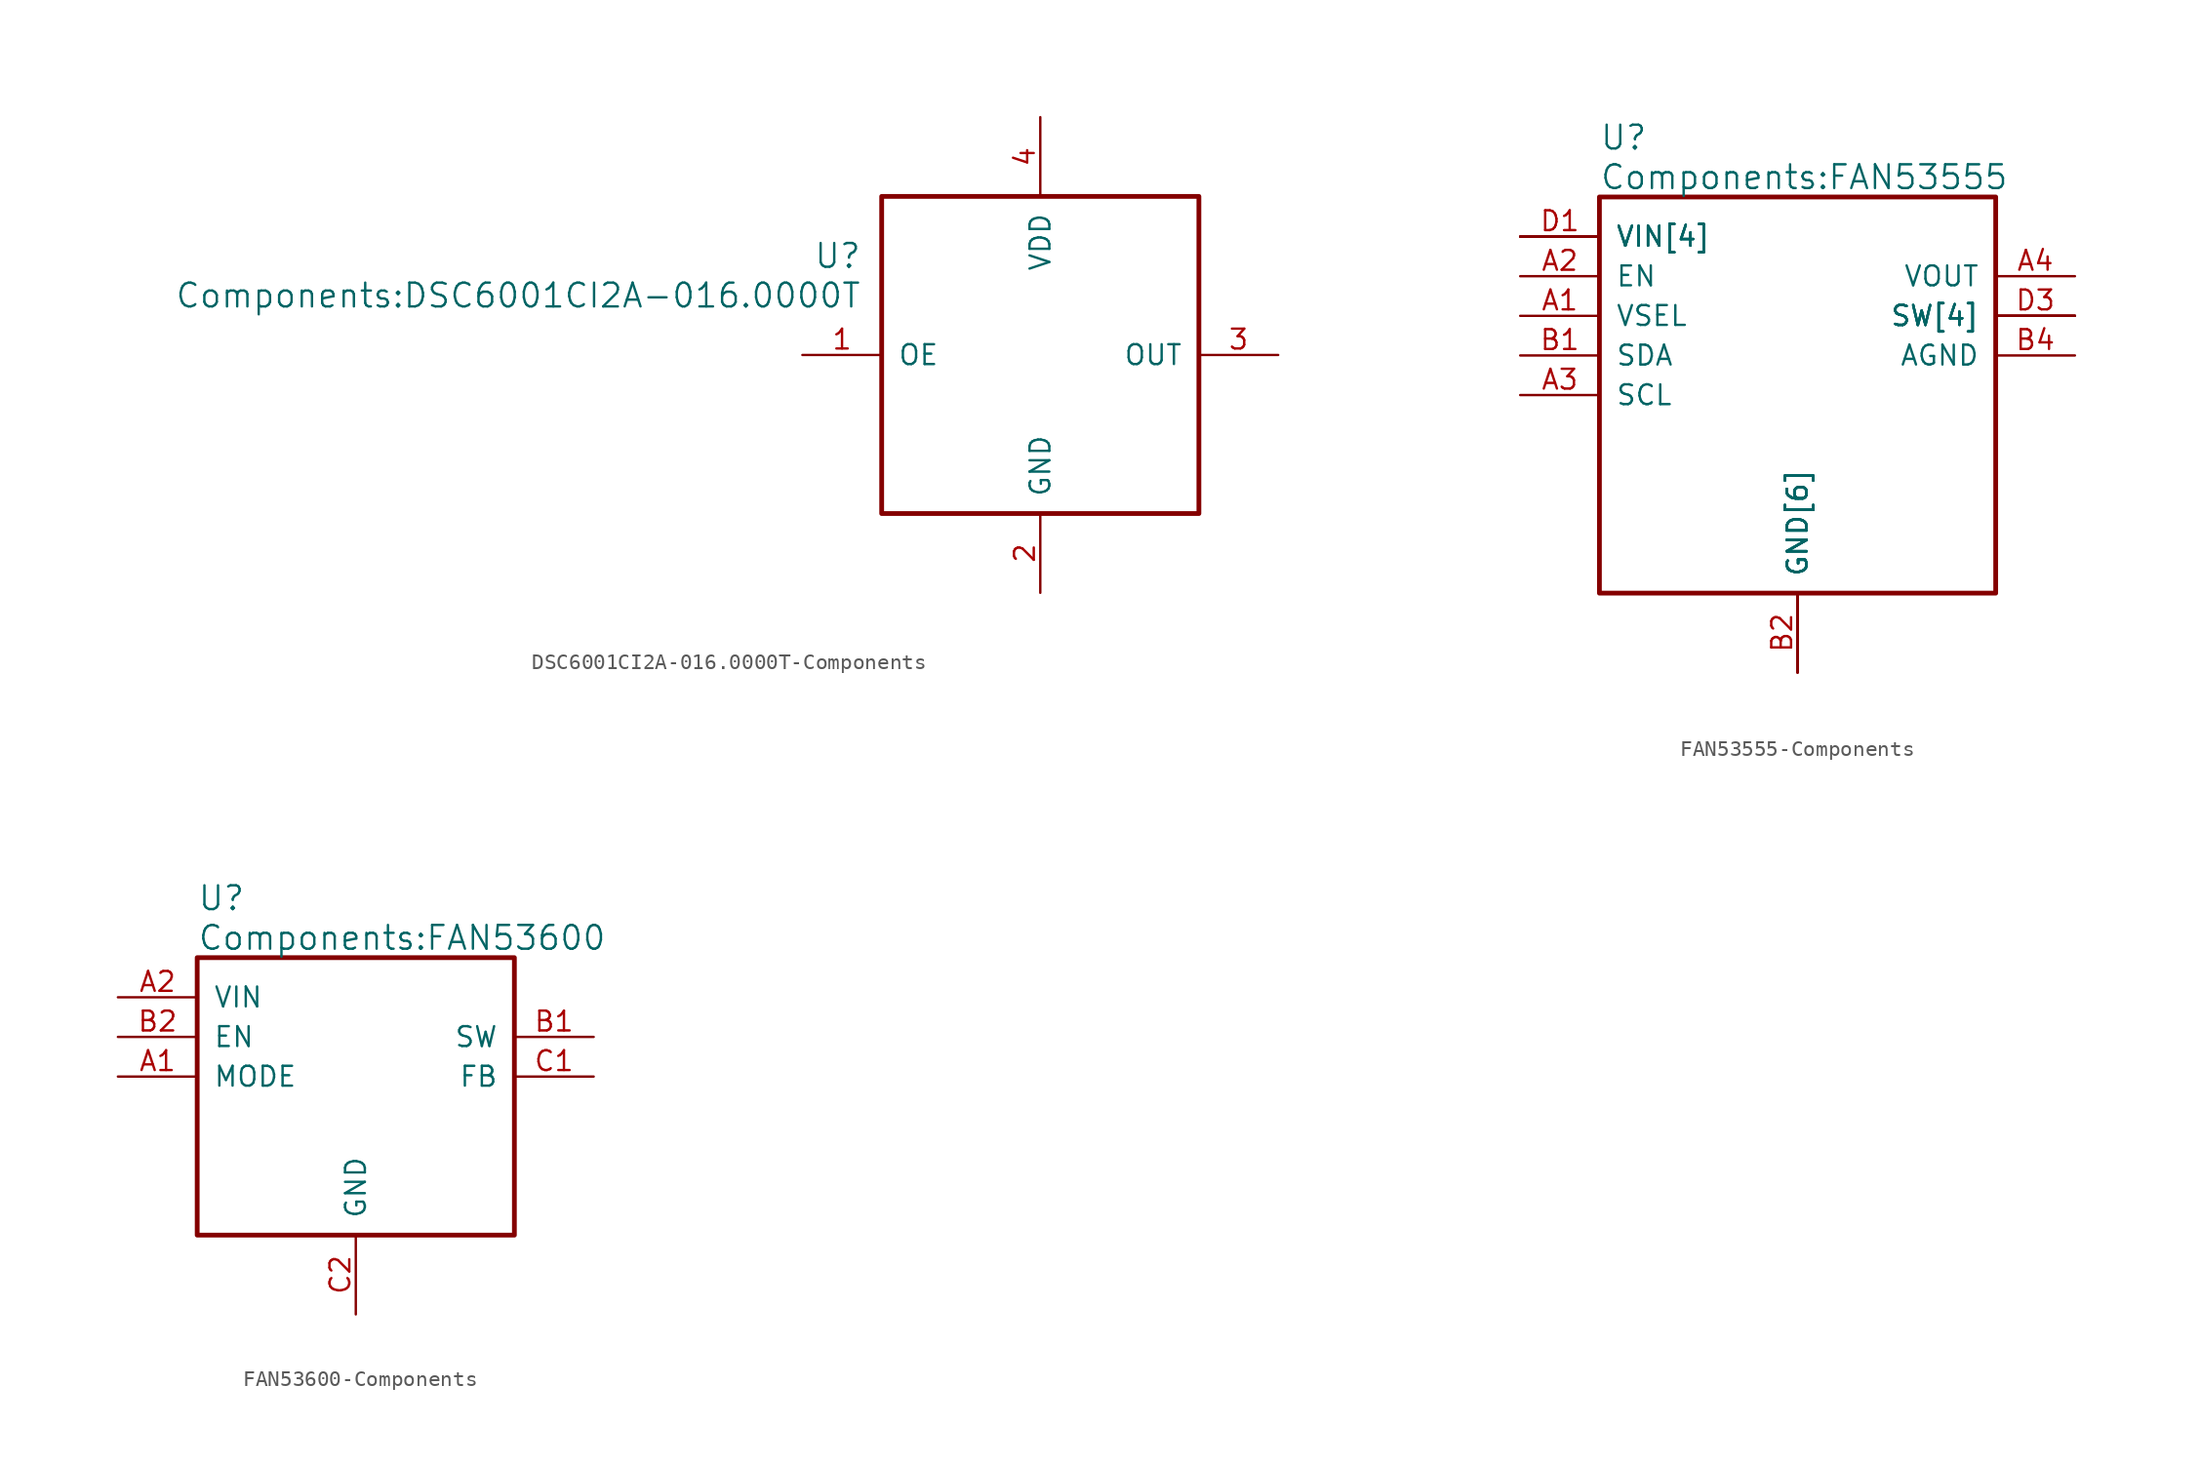
<source format=kicad_sym>
(kicad_symbol_lib
  (version 20231120)
  (generator "kicad_symbol_editor")
  (generator_version "8.0")
  (symbol "DSC6001CI2A-016.0000T-Components"
    (pin_names
      (offset 1.016))
    (property "Reference" "U"
      (at 3.81 6.35 0)
      (effects (font (size 1.524 1.524)) (justify right)))
    (property "Value" "Components:DSC6001CI2A-016.0000T"
      (at 3.81 3.81 0)
      (effects (font (size 1.524 1.524)) (justify right)))
    (property "ki_locked" ""
      (at 0 0 0)
      (effects (font (size 1.27 1.27))))
    (symbol "DSC6001CI2A-016.0000T-Components_1_1"
      (rectangle (start 5.08 10.16) (end 25.4 -10.16) (stroke (width 0.305) (type solid)) (fill (type none)))
      (pin bidirectional line (at 0 0 0) (length 5.08) (name "OE" (effects (font (size 1.27 1.27)))) (number "1" (effects (font (size 1.27 1.27)))))
      (pin bidirectional line (at 15.24 -15.24 90) (length 5.08) (name "GND" (effects (font (size 1.27 1.27)))) (number "2" (effects (font (size 1.27 1.27)))))
      (pin bidirectional line (at 30.48 0 180) (length 5.08) (name "OUT" (effects (font (size 1.27 1.27)))) (number "3" (effects (font (size 1.27 1.27)))))
      (pin bidirectional line (at 15.24 15.24 270) (length 5.08) (name "VDD" (effects (font (size 1.27 1.27)))) (number "4" (effects (font (size 1.27 1.27)))))))
  (symbol "FAN53555-Components"
    (pin_names
      (offset 1.016))
    (property "Reference" "U"
      (at 5.08 6.35 0)
      (effects (font (size 1.524 1.524)) (justify left)))
    (property "Value" "Components:FAN53555"
      (at 5.08 3.81 0)
      (effects (font (size 1.524 1.524)) (justify left)))
    (property "ki_locked" ""
      (at 0 0 0)
      (effects (font (size 1.27 1.27))))
    (symbol "FAN53555-Components_1_1"
      (rectangle (start 5.08 2.54) (end 30.48 -22.86) (stroke (width 0.305) (type solid)) (fill (type none)))
      (pin input line (at 0 -5.08 0) (length 5.08) (name "VSEL" (effects (font (size 1.27 1.27)))) (number "A1" (effects (font (size 1.27 1.27)))))
      (pin input line (at 0 -2.54 0) (length 5.08) (name "EN" (effects (font (size 1.27 1.27)))) (number "A2" (effects (font (size 1.27 1.27)))))
      (pin input line (at 0 -10.16 0) (length 5.08) (name "SCL" (effects (font (size 1.27 1.27)))) (number "A3" (effects (font (size 1.27 1.27)))))
      (pin input line (at 35.56 -2.54 180) (length 5.08) (name "VOUT" (effects (font (size 1.27 1.27)))) (number "A4" (effects (font (size 1.27 1.27)))))
      (pin tri_state line (at 0 -7.62 0) (length 5.08) (name "SDA" (effects (font (size 1.27 1.27)))) (number "B1" (effects (font (size 1.27 1.27)))))
      (pin power_in line (at 17.78 -27.94 90) (length 5.08) (name "GND[6]" (effects (font (size 1.27 1.27)))) (number "B2" (effects (font (size 1.27 1.27)))))
      (pin power_in line (at 17.78 -27.94 90) (length 5.08) (name "GND[6]" (effects (font (size 1.27 1.27)))) (number "B3" (effects (font (size 0 0)))))
      (pin power_in line (at 35.56 -7.62 180) (length 5.08) (name "AGND" (effects (font (size 1.27 1.27)))) (number "B4" (effects (font (size 1.27 1.27)))))
      (pin power_in line (at 17.78 -27.94 90) (length 5.08) (name "GND[6]" (effects (font (size 1.27 1.27)))) (number "C1" (effects (font (size 0 0)))))
      (pin power_in line (at 17.78 -27.94 90) (length 5.08) (name "GND[6]" (effects (font (size 1.27 1.27)))) (number "C2" (effects (font (size 0 0)))))
      (pin power_in line (at 17.78 -27.94 90) (length 5.08) (name "GND[6]" (effects (font (size 1.27 1.27)))) (number "C3" (effects (font (size 0 0)))))
      (pin power_in line (at 17.78 -27.94 90) (length 5.08) (name "GND[6]" (effects (font (size 1.27 1.27)))) (number "C4" (effects (font (size 0 0)))))
      (pin power_in line (at 0 0 0) (length 5.08) (name "VIN[4]" (effects (font (size 1.27 1.27)))) (number "D1" (effects (font (size 1.27 1.27)))))
      (pin power_in line (at 0 0 0) (length 5.08) (name "VIN[4]" (effects (font (size 1.27 1.27)))) (number "D2" (effects (font (size 0 0)))))
      (pin power_in line (at 35.56 -5.08 180) (length 5.08) (name "SW[4]" (effects (font (size 1.27 1.27)))) (number "D3" (effects (font (size 1.27 1.27)))))
      (pin power_in line (at 35.56 -5.08 180) (length 5.08) (name "SW[4]" (effects (font (size 1.27 1.27)))) (number "D4" (effects (font (size 0 0)))))
      (pin power_in line (at 0 0 0) (length 5.08) (name "VIN[4]" (effects (font (size 1.27 1.27)))) (number "E1" (effects (font (size 0 0)))))
      (pin power_in line (at 0 0 0) (length 5.08) (name "VIN[4]" (effects (font (size 1.27 1.27)))) (number "E2" (effects (font (size 0 0)))))
      (pin power_in line (at 35.56 -5.08 180) (length 5.08) (name "SW[4]" (effects (font (size 1.27 1.27)))) (number "E3" (effects (font (size 0 0)))))
      (pin power_in line (at 35.56 -5.08 180) (length 5.08) (name "SW[4]" (effects (font (size 1.27 1.27)))) (number "E4" (effects (font (size 0 0)))))))
  (symbol "FAN53600-Components"
    (pin_names
      (offset 1.016))
    (property "Reference" "U"
      (at 5.08 6.35 0)
      (effects (font (size 1.524 1.524)) (justify left)))
    (property "Value" "Components:FAN53600"
      (at 5.08 3.81 0)
      (effects (font (size 1.524 1.524)) (justify left)))
    (property "ki_locked" ""
      (at 0 0 0)
      (effects (font (size 1.27 1.27))))
    (symbol "FAN53600-Components_1_1"
      (rectangle (start 5.08 2.54) (end 25.4 -15.24) (stroke (width 0.305) (type solid)) (fill (type none)))
      (pin input line (at 0 -5.08 0) (length 5.08) (name "MODE" (effects (font (size 1.27 1.27)))) (number "A1" (effects (font (size 1.27 1.27)))))
      (pin power_in line (at 0 0 0) (length 5.08) (name "VIN" (effects (font (size 1.27 1.27)))) (number "A2" (effects (font (size 1.27 1.27)))))
      (pin power_in line (at 30.48 -2.54 180) (length 5.08) (name "SW" (effects (font (size 1.27 1.27)))) (number "B1" (effects (font (size 1.27 1.27)))))
      (pin power_in line (at 0 -2.54 0) (length 5.08) (name "EN" (effects (font (size 1.27 1.27)))) (number "B2" (effects (font (size 1.27 1.27)))))
      (pin input line (at 30.48 -5.08 180) (length 5.08) (name "FB" (effects (font (size 1.27 1.27)))) (number "C1" (effects (font (size 1.27 1.27)))))
      (pin power_in line (at 15.24 -20.32 90) (length 5.08) (name "GND" (effects (font (size 1.27 1.27)))) (number "C2" (effects (font (size 1.27 1.27))))))))
</source>
